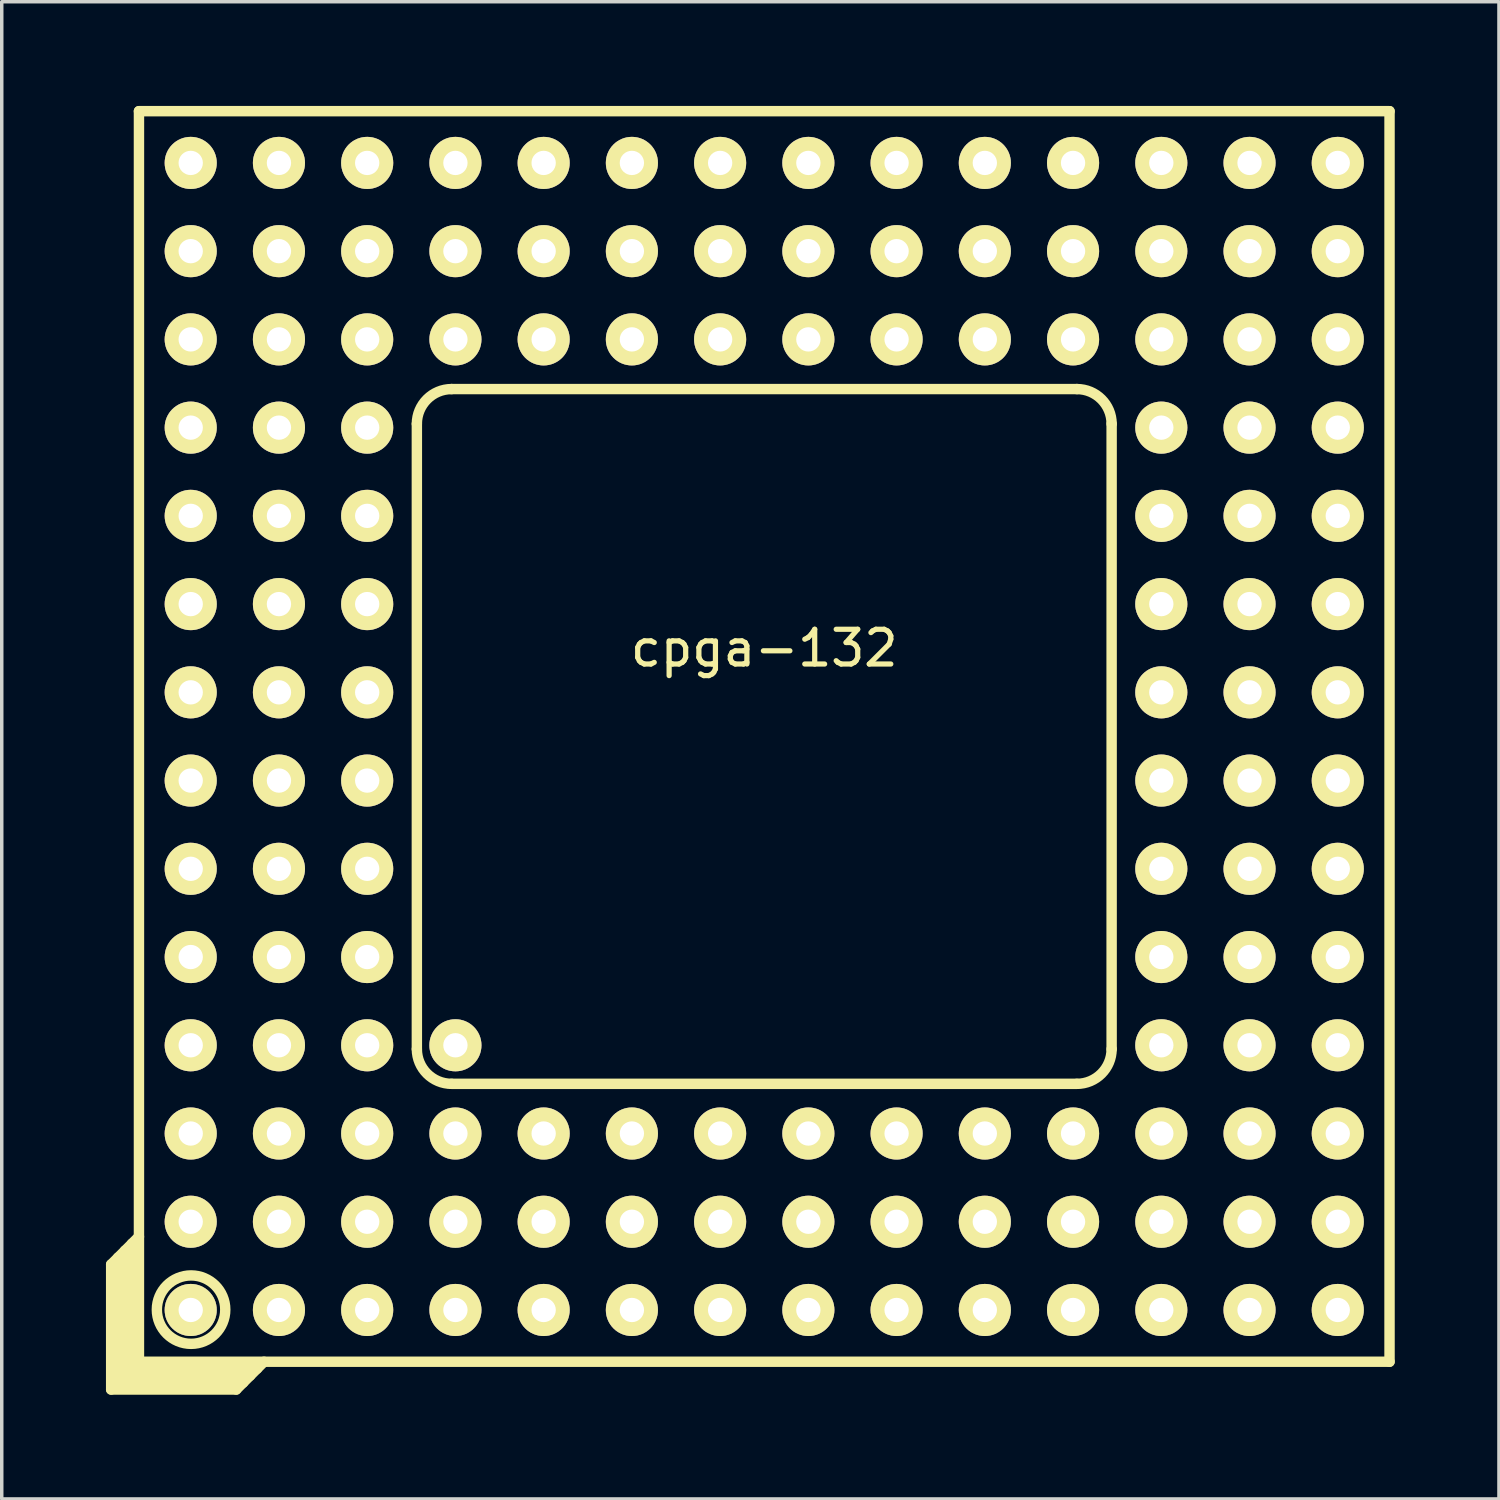
<source format=kicad_pcb>
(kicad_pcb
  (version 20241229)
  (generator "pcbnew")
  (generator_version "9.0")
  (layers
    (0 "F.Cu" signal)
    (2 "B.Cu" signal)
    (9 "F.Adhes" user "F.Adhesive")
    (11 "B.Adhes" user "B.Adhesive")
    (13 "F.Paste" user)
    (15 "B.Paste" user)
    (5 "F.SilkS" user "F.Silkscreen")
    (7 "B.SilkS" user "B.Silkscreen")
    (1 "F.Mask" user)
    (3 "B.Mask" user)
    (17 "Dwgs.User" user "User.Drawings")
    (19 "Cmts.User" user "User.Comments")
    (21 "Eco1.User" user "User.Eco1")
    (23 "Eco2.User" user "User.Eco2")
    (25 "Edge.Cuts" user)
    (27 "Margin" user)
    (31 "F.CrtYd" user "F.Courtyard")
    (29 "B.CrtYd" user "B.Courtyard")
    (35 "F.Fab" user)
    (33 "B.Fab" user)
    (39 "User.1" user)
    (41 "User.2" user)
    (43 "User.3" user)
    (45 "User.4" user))
  (footprint "cpga-132"
    (layer "F.Cu")
    (at 18.95 18.15)
    (property "Reference" "cpga-132" (at 0 -2.54 0) (layer "F.SilkS") (effects (font (size 1 1) (thickness 0.15))))
    (attr through_hole)
    (fp_line (start -18.8 15.2) (end -18 14.4) (stroke (width 0.3) (type solid)) (layer "F.SilkS"))
    (fp_line (start -18.8 18.8) (end -18.8 15.2) (stroke (width 0.3) (type solid)) (layer "F.SilkS"))
    (fp_line (start -18.6 18.6) (end -18.6 15) (stroke (width 0.3) (type solid)) (layer "F.SilkS"))
    (fp_line (start -18.4 14.8) (end -18.4 18.4) (stroke (width 0.3) (type solid)) (layer "F.SilkS"))
    (fp_line (start -18.4 18.4) (end -14.8 18.4) (stroke (width 0.3) (type solid)) (layer "F.SilkS"))
    (fp_line (start -18.2 18.2) (end -18.2 14.6) (stroke (width 0.3) (type solid)) (layer "F.SilkS"))
    (fp_line (start -18.2 18.2) (end -14.6 18.2) (stroke (width 0.3) (type solid)) (layer "F.SilkS"))
    (fp_line (start -18 -18) (end 18 -18) (stroke (width 0.3) (type solid)) (layer "F.SilkS"))
    (fp_line (start -18 18) (end -18 -18) (stroke (width 0.3) (type solid)) (layer "F.SilkS"))
    (fp_line (start -15.2 18.8) (end -18.8 18.8) (stroke (width 0.3) (type solid)) (layer "F.SilkS"))
    (fp_line (start -15.2 18.8) (end -14.4 18) (stroke (width 0.3) (type solid)) (layer "F.SilkS"))
    (fp_line (start -15 18.6) (end -18.6 18.6) (stroke (width 0.3) (type solid)) (layer "F.SilkS"))
    (fp_line (start -10 -9) (end -10 9) (stroke (width 0.3) (type solid)) (layer "F.SilkS"))
    (fp_line (start -9 -10) (end 9 -10) (stroke (width 0.3) (type solid)) (layer "F.SilkS"))
    (fp_line (start -9 10) (end 9 10) (stroke (width 0.3) (type solid)) (layer "F.SilkS"))
    (fp_line (start 10 -9) (end 10 9) (stroke (width 0.3) (type solid)) (layer "F.SilkS"))
    (fp_line (start 18 -18) (end 18 18) (stroke (width 0.3) (type solid)) (layer "F.SilkS"))
    (fp_line (start 18 18) (end -18 18) (stroke (width 0.3) (type solid)) (layer "F.SilkS"))
    (fp_arc (start -10 -9) (mid -9.707107 -9.707107) (end -9 -10) (stroke (width 0.3) (type solid)) (layer "F.SilkS"))
    (fp_arc (start -9 10) (mid -9.707107 9.707107) (end -10 9) (stroke (width 0.3) (type solid)) (layer "F.SilkS"))
    (fp_arc (start 9 -10) (mid 9.707107 -9.707107) (end 10 -9) (stroke (width 0.3) (type solid)) (layer "F.SilkS"))
    (fp_arc (start 10 9) (mid 9.707107 9.707107) (end 9 10) (stroke (width 0.3) (type solid)) (layer "F.SilkS"))
    (fp_circle (center -16.5 16.5) (end -17.4 16.9) (stroke (width 0.3) (type solid)) (fill no) (layer "F.SilkS"))
    (pad "A1" thru_hole circle (at -16.51 16.51) (size 1.5 1.5) (drill 0.7) (layers "*.Cu" "*.Mask" "F.SilkS"))
    (pad "A2" thru_hole circle (at -13.97 16.51) (size 1.5 1.5) (drill 0.7) (layers "*.Cu" "*.Mask" "F.SilkS"))
    (pad "A3" thru_hole circle (at -11.43 16.51) (size 1.5 1.5) (drill 0.7) (layers "*.Cu" "*.Mask" "F.SilkS"))
    (pad "A4" thru_hole circle (at -8.89 16.51) (size 1.5 1.5) (drill 0.7) (layers "*.Cu" "*.Mask" "F.SilkS"))
    (pad "A5" thru_hole circle (at -6.35 16.51) (size 1.5 1.5) (drill 0.7) (layers "*.Cu" "*.Mask" "F.SilkS"))
    (pad "A6" thru_hole circle (at -3.81 16.51) (size 1.5 1.5) (drill 0.7) (layers "*.Cu" "*.Mask" "F.SilkS"))
    (pad "A7" thru_hole circle (at -1.27 16.51) (size 1.5 1.5) (drill 0.7) (layers "*.Cu" "*.Mask" "F.SilkS"))
    (pad "A8" thru_hole circle (at 1.27 16.51) (size 1.5 1.5) (drill 0.7) (layers "*.Cu" "*.Mask" "F.SilkS"))
    (pad "A9" thru_hole circle (at 3.81 16.51) (size 1.5 1.5) (drill 0.7) (layers "*.Cu" "*.Mask" "F.SilkS"))
    (pad "A10" thru_hole circle (at 6.35 16.51) (size 1.5 1.5) (drill 0.7) (layers "*.Cu" "*.Mask" "F.SilkS"))
    (pad "A11" thru_hole circle (at 8.89 16.51) (size 1.5 1.5) (drill 0.7) (layers "*.Cu" "*.Mask" "F.SilkS"))
    (pad "A12" thru_hole circle (at 11.43 16.51) (size 1.5 1.5) (drill 0.7) (layers "*.Cu" "*.Mask" "F.SilkS"))
    (pad "A13" thru_hole circle (at 13.97 16.51) (size 1.5 1.5) (drill 0.7) (layers "*.Cu" "*.Mask" "F.SilkS"))
    (pad "A14" thru_hole circle (at 16.51 16.51) (size 1.5 1.5) (drill 0.7) (layers "*.Cu" "*.Mask" "F.SilkS"))
    (pad "B1" thru_hole circle (at -16.51 13.97) (size 1.5 1.5) (drill 0.7) (layers "*.Cu" "*.Mask" "F.SilkS"))
    (pad "B2" thru_hole circle (at -13.97 13.97) (size 1.5 1.5) (drill 0.7) (layers "*.Cu" "*.Mask" "F.SilkS"))
    (pad "B3" thru_hole circle (at -11.43 13.97) (size 1.5 1.5) (drill 0.7) (layers "*.Cu" "*.Mask" "F.SilkS"))
    (pad "B4" thru_hole circle (at -8.89 13.97) (size 1.5 1.5) (drill 0.7) (layers "*.Cu" "*.Mask" "F.SilkS"))
    (pad "B5" thru_hole circle (at -6.35 13.97) (size 1.5 1.5) (drill 0.7) (layers "*.Cu" "*.Mask" "F.SilkS"))
    (pad "B6" thru_hole circle (at -3.81 13.97) (size 1.5 1.5) (drill 0.7) (layers "*.Cu" "*.Mask" "F.SilkS"))
    (pad "B7" thru_hole circle (at -1.27 13.97) (size 1.5 1.5) (drill 0.7) (layers "*.Cu" "*.Mask" "F.SilkS"))
    (pad "B8" thru_hole circle (at 1.27 13.97) (size 1.5 1.5) (drill 0.7) (layers "*.Cu" "*.Mask" "F.SilkS"))
    (pad "B9" thru_hole circle (at 3.81 13.97) (size 1.5 1.5) (drill 0.7) (layers "*.Cu" "*.Mask" "F.SilkS"))
    (pad "B10" thru_hole circle (at 6.35 13.97) (size 1.5 1.5) (drill 0.7) (layers "*.Cu" "*.Mask" "F.SilkS"))
    (pad "B11" thru_hole circle (at 8.89 13.97) (size 1.5 1.5) (drill 0.7) (layers "*.Cu" "*.Mask" "F.SilkS"))
    (pad "B12" thru_hole circle (at 11.43 13.97) (size 1.5 1.5) (drill 0.7) (layers "*.Cu" "*.Mask" "F.SilkS"))
    (pad "B13" thru_hole circle (at 13.97 13.97) (size 1.5 1.5) (drill 0.7) (layers "*.Cu" "*.Mask" "F.SilkS"))
    (pad "B14" thru_hole circle (at 16.51 13.97) (size 1.5 1.5) (drill 0.7) (layers "*.Cu" "*.Mask" "F.SilkS"))
    (pad "C1" thru_hole circle (at -16.51 11.43) (size 1.5 1.5) (drill 0.7) (layers "*.Cu" "*.Mask" "F.SilkS"))
    (pad "C2" thru_hole circle (at -13.97 11.43) (size 1.5 1.5) (drill 0.7) (layers "*.Cu" "*.Mask" "F.SilkS"))
    (pad "C3" thru_hole circle (at -11.43 11.43) (size 1.5 1.5) (drill 0.7) (layers "*.Cu" "*.Mask" "F.SilkS"))
    (pad "C4" thru_hole circle (at -8.89 11.43) (size 1.5 1.5) (drill 0.7) (layers "*.Cu" "*.Mask" "F.SilkS"))
    (pad "C5" thru_hole circle (at -6.35 11.43) (size 1.5 1.5) (drill 0.7) (layers "*.Cu" "*.Mask" "F.SilkS"))
    (pad "C6" thru_hole circle (at -3.81 11.43) (size 1.5 1.5) (drill 0.7) (layers "*.Cu" "*.Mask" "F.SilkS"))
    (pad "C7" thru_hole circle (at -1.27 11.43) (size 1.5 1.5) (drill 0.7) (layers "*.Cu" "*.Mask" "F.SilkS"))
    (pad "C8" thru_hole circle (at 1.27 11.43) (size 1.5 1.5) (drill 0.7) (layers "*.Cu" "*.Mask" "F.SilkS"))
    (pad "C9" thru_hole circle (at 3.81 11.43) (size 1.5 1.5) (drill 0.7) (layers "*.Cu" "*.Mask" "F.SilkS"))
    (pad "C10" thru_hole circle (at 6.35 11.43) (size 1.5 1.5) (drill 0.7) (layers "*.Cu" "*.Mask" "F.SilkS"))
    (pad "C11" thru_hole circle (at 8.89 11.43) (size 1.5 1.5) (drill 0.7) (layers "*.Cu" "*.Mask" "F.SilkS"))
    (pad "C12" thru_hole circle (at 11.43 11.43) (size 1.5 1.5) (drill 0.7) (layers "*.Cu" "*.Mask" "F.SilkS"))
    (pad "C13" thru_hole circle (at 13.97 11.43) (size 1.5 1.5) (drill 0.7) (layers "*.Cu" "*.Mask" "F.SilkS"))
    (pad "C14" thru_hole circle (at 16.51 11.43) (size 1.5 1.5) (drill 0.7) (layers "*.Cu" "*.Mask" "F.SilkS"))
    (pad "D1" thru_hole circle (at -16.51 8.89) (size 1.5 1.5) (drill 0.7) (layers "*.Cu" "*.Mask" "F.SilkS"))
    (pad "D2" thru_hole circle (at -13.97 8.89) (size 1.5 1.5) (drill 0.7) (layers "*.Cu" "*.Mask" "F.SilkS"))
    (pad "D3" thru_hole circle (at -11.43 8.89) (size 1.5 1.5) (drill 0.7) (layers "*.Cu" "*.Mask" "F.SilkS"))
    (pad "D4" thru_hole circle (at -8.89 8.89) (size 1.5 1.5) (drill 0.7) (layers "*.Cu" "*.Mask" "F.SilkS"))
    (pad "D12" thru_hole circle (at 11.43 8.89) (size 1.5 1.5) (drill 0.7) (layers "*.Cu" "*.Mask" "F.SilkS"))
    (pad "D13" thru_hole circle (at 13.97 8.89) (size 1.5 1.5) (drill 0.7) (layers "*.Cu" "*.Mask" "F.SilkS"))
    (pad "D14" thru_hole circle (at 16.51 8.89) (size 1.5 1.5) (drill 0.7) (layers "*.Cu" "*.Mask" "F.SilkS"))
    (pad "E1" thru_hole circle (at -16.51 6.35) (size 1.5 1.5) (drill 0.7) (layers "*.Cu" "*.Mask" "F.SilkS"))
    (pad "E2" thru_hole circle (at -13.97 6.35) (size 1.5 1.5) (drill 0.7) (layers "*.Cu" "*.Mask" "F.SilkS"))
    (pad "E3" thru_hole circle (at -11.43 6.35) (size 1.5 1.5) (drill 0.7) (layers "*.Cu" "*.Mask" "F.SilkS"))
    (pad "E12" thru_hole circle (at 11.43 6.35) (size 1.5 1.5) (drill 0.7) (layers "*.Cu" "*.Mask" "F.SilkS"))
    (pad "E13" thru_hole circle (at 13.97 6.35) (size 1.5 1.5) (drill 0.7) (layers "*.Cu" "*.Mask" "F.SilkS"))
    (pad "E14" thru_hole circle (at 16.51 6.35) (size 1.5 1.5) (drill 0.7) (layers "*.Cu" "*.Mask" "F.SilkS"))
    (pad "F1" thru_hole circle (at -16.51 3.81) (size 1.5 1.5) (drill 0.7) (layers "*.Cu" "*.Mask" "F.SilkS"))
    (pad "F2" thru_hole circle (at -13.97 3.81) (size 1.5 1.5) (drill 0.7) (layers "*.Cu" "*.Mask" "F.SilkS"))
    (pad "F3" thru_hole circle (at -11.43 3.81) (size 1.5 1.5) (drill 0.7) (layers "*.Cu" "*.Mask" "F.SilkS"))
    (pad "F12" thru_hole circle (at 11.43 3.81) (size 1.5 1.5) (drill 0.7) (layers "*.Cu" "*.Mask" "F.SilkS"))
    (pad "F13" thru_hole circle (at 13.97 3.81) (size 1.5 1.5) (drill 0.7) (layers "*.Cu" "*.Mask" "F.SilkS"))
    (pad "F14" thru_hole circle (at 16.51 3.81) (size 1.5 1.5) (drill 0.7) (layers "*.Cu" "*.Mask" "F.SilkS"))
    (pad "G1" thru_hole circle (at -16.51 1.27) (size 1.5 1.5) (drill 0.7) (layers "*.Cu" "*.Mask" "F.SilkS"))
    (pad "G2" thru_hole circle (at -13.97 1.27) (size 1.5 1.5) (drill 0.7) (layers "*.Cu" "*.Mask" "F.SilkS"))
    (pad "G3" thru_hole circle (at -11.43 1.27) (size 1.5 1.5) (drill 0.7) (layers "*.Cu" "*.Mask" "F.SilkS"))
    (pad "G12" thru_hole circle (at 11.43 1.27) (size 1.5 1.5) (drill 0.7) (layers "*.Cu" "*.Mask" "F.SilkS"))
    (pad "G13" thru_hole circle (at 13.97 1.27) (size 1.5 1.5) (drill 0.7) (layers "*.Cu" "*.Mask" "F.SilkS"))
    (pad "G14" thru_hole circle (at 16.51 1.27) (size 1.5 1.5) (drill 0.7) (layers "*.Cu" "*.Mask" "F.SilkS"))
    (pad "H1" thru_hole circle (at -16.51 -1.27) (size 1.5 1.5) (drill 0.7) (layers "*.Cu" "*.Mask" "F.SilkS"))
    (pad "H2" thru_hole circle (at -13.97 -1.27) (size 1.5 1.5) (drill 0.7) (layers "*.Cu" "*.Mask" "F.SilkS"))
    (pad "H3" thru_hole circle (at -11.43 -1.27) (size 1.5 1.5) (drill 0.7) (layers "*.Cu" "*.Mask" "F.SilkS"))
    (pad "H12" thru_hole circle (at 11.43 -1.27) (size 1.5 1.5) (drill 0.7) (layers "*.Cu" "*.Mask" "F.SilkS"))
    (pad "H13" thru_hole circle (at 13.97 -1.27) (size 1.5 1.5) (drill 0.7) (layers "*.Cu" "*.Mask" "F.SilkS"))
    (pad "H14" thru_hole circle (at 16.51 -1.27) (size 1.5 1.5) (drill 0.7) (layers "*.Cu" "*.Mask" "F.SilkS"))
    (pad "J1" thru_hole circle (at -16.51 -3.81) (size 1.5 1.5) (drill 0.7) (layers "*.Cu" "*.Mask" "F.SilkS"))
    (pad "J2" thru_hole circle (at -13.97 -3.81) (size 1.5 1.5) (drill 0.7) (layers "*.Cu" "*.Mask" "F.SilkS"))
    (pad "J3" thru_hole circle (at -11.43 -3.81) (size 1.5 1.5) (drill 0.7) (layers "*.Cu" "*.Mask" "F.SilkS"))
    (pad "J12" thru_hole circle (at 11.43 -3.81) (size 1.5 1.5) (drill 0.7) (layers "*.Cu" "*.Mask" "F.SilkS"))
    (pad "J13" thru_hole circle (at 13.97 -3.81) (size 1.5 1.5) (drill 0.7) (layers "*.Cu" "*.Mask" "F.SilkS"))
    (pad "J14" thru_hole circle (at 16.51 -3.81) (size 1.5 1.5) (drill 0.7) (layers "*.Cu" "*.Mask" "F.SilkS"))
    (pad "K1" thru_hole circle (at -16.51 -6.35) (size 1.5 1.5) (drill 0.7) (layers "*.Cu" "*.Mask" "F.SilkS"))
    (pad "K2" thru_hole circle (at -13.97 -6.35) (size 1.5 1.5) (drill 0.7) (layers "*.Cu" "*.Mask" "F.SilkS"))
    (pad "K3" thru_hole circle (at -11.43 -6.35) (size 1.5 1.5) (drill 0.7) (layers "*.Cu" "*.Mask" "F.SilkS"))
    (pad "K12" thru_hole circle (at 11.43 -6.35) (size 1.5 1.5) (drill 0.7) (layers "*.Cu" "*.Mask" "F.SilkS"))
    (pad "K13" thru_hole circle (at 13.97 -6.35) (size 1.5 1.5) (drill 0.7) (layers "*.Cu" "*.Mask" "F.SilkS"))
    (pad "K14" thru_hole circle (at 16.51 -6.35) (size 1.5 1.5) (drill 0.7) (layers "*.Cu" "*.Mask" "F.SilkS"))
    (pad "L1" thru_hole circle (at -16.51 -8.89) (size 1.5 1.5) (drill 0.7) (layers "*.Cu" "*.Mask" "F.SilkS"))
    (pad "L2" thru_hole circle (at -13.97 -8.89) (size 1.5 1.5) (drill 0.7) (layers "*.Cu" "*.Mask" "F.SilkS"))
    (pad "L3" thru_hole circle (at -11.43 -8.89) (size 1.5 1.5) (drill 0.7) (layers "*.Cu" "*.Mask" "F.SilkS"))
    (pad "L12" thru_hole circle (at 11.43 -8.89) (size 1.5 1.5) (drill 0.7) (layers "*.Cu" "*.Mask" "F.SilkS"))
    (pad "L13" thru_hole circle (at 13.97 -8.89) (size 1.5 1.5) (drill 0.7) (layers "*.Cu" "*.Mask" "F.SilkS"))
    (pad "L14" thru_hole circle (at 16.51 -8.89) (size 1.5 1.5) (drill 0.7) (layers "*.Cu" "*.Mask" "F.SilkS"))
    (pad "M1" thru_hole circle (at -16.51 -11.43) (size 1.5 1.5) (drill 0.7) (layers "*.Cu" "*.Mask" "F.SilkS"))
    (pad "M2" thru_hole circle (at -13.97 -11.43) (size 1.5 1.5) (drill 0.7) (layers "*.Cu" "*.Mask" "F.SilkS"))
    (pad "M3" thru_hole circle (at -11.43 -11.43) (size 1.5 1.5) (drill 0.7) (layers "*.Cu" "*.Mask" "F.SilkS"))
    (pad "M4" thru_hole circle (at -8.89 -11.43) (size 1.5 1.5) (drill 0.7) (layers "*.Cu" "*.Mask" "F.SilkS"))
    (pad "M5" thru_hole circle (at -6.35 -11.43) (size 1.5 1.5) (drill 0.7) (layers "*.Cu" "*.Mask" "F.SilkS"))
    (pad "M6" thru_hole circle (at -3.81 -11.43) (size 1.5 1.5) (drill 0.7) (layers "*.Cu" "*.Mask" "F.SilkS"))
    (pad "M7" thru_hole circle (at -1.27 -11.43) (size 1.5 1.5) (drill 0.7) (layers "*.Cu" "*.Mask" "F.SilkS"))
    (pad "M8" thru_hole circle (at 1.27 -11.43) (size 1.5 1.5) (drill 0.7) (layers "*.Cu" "*.Mask" "F.SilkS"))
    (pad "M9" thru_hole circle (at 3.81 -11.43) (size 1.5 1.5) (drill 0.7) (layers "*.Cu" "*.Mask" "F.SilkS"))
    (pad "M10" thru_hole circle (at 6.35 -11.43) (size 1.5 1.5) (drill 0.7) (layers "*.Cu" "*.Mask" "F.SilkS"))
    (pad "M11" thru_hole circle (at 8.89 -11.43) (size 1.5 1.5) (drill 0.7) (layers "*.Cu" "*.Mask" "F.SilkS"))
    (pad "M12" thru_hole circle (at 11.43 -11.43) (size 1.5 1.5) (drill 0.7) (layers "*.Cu" "*.Mask" "F.SilkS"))
    (pad "M13" thru_hole circle (at 13.97 -11.43) (size 1.5 1.5) (drill 0.7) (layers "*.Cu" "*.Mask" "F.SilkS"))
    (pad "M14" thru_hole circle (at 16.51 -11.43) (size 1.5 1.5) (drill 0.7) (layers "*.Cu" "*.Mask" "F.SilkS"))
    (pad "N1" thru_hole circle (at -16.51 -13.97) (size 1.5 1.5) (drill 0.7) (layers "*.Cu" "*.Mask" "F.SilkS"))
    (pad "N2" thru_hole circle (at -13.97 -13.97) (size 1.5 1.5) (drill 0.7) (layers "*.Cu" "*.Mask" "F.SilkS"))
    (pad "N3" thru_hole circle (at -11.43 -13.97) (size 1.5 1.5) (drill 0.7) (layers "*.Cu" "*.Mask" "F.SilkS"))
    (pad "N4" thru_hole circle (at -8.89 -13.97) (size 1.5 1.5) (drill 0.7) (layers "*.Cu" "*.Mask" "F.SilkS"))
    (pad "N5" thru_hole circle (at -6.35 -13.97) (size 1.5 1.5) (drill 0.7) (layers "*.Cu" "*.Mask" "F.SilkS"))
    (pad "N6" thru_hole circle (at -3.81 -13.97) (size 1.5 1.5) (drill 0.7) (layers "*.Cu" "*.Mask" "F.SilkS"))
    (pad "N7" thru_hole circle (at -1.27 -13.97) (size 1.5 1.5) (drill 0.7) (layers "*.Cu" "*.Mask" "F.SilkS"))
    (pad "N8" thru_hole circle (at 1.27 -13.97) (size 1.5 1.5) (drill 0.7) (layers "*.Cu" "*.Mask" "F.SilkS"))
    (pad "N9" thru_hole circle (at 3.81 -13.97) (size 1.5 1.5) (drill 0.7) (layers "*.Cu" "*.Mask" "F.SilkS"))
    (pad "N10" thru_hole circle (at 6.35 -13.97) (size 1.5 1.5) (drill 0.7) (layers "*.Cu" "*.Mask" "F.SilkS"))
    (pad "N11" thru_hole circle (at 8.89 -13.97) (size 1.5 1.5) (drill 0.7) (layers "*.Cu" "*.Mask" "F.SilkS"))
    (pad "N12" thru_hole circle (at 11.43 -13.97) (size 1.5 1.5) (drill 0.7) (layers "*.Cu" "*.Mask" "F.SilkS"))
    (pad "N13" thru_hole circle (at 13.97 -13.97) (size 1.5 1.5) (drill 0.7) (layers "*.Cu" "*.Mask" "F.SilkS"))
    (pad "N14" thru_hole circle (at 16.51 -13.97) (size 1.5 1.5) (drill 0.7) (layers "*.Cu" "*.Mask" "F.SilkS"))
    (pad "P1" thru_hole circle (at -16.51 -16.51) (size 1.5 1.5) (drill 0.7) (layers "*.Cu" "*.Mask" "F.SilkS"))
    (pad "P2" thru_hole circle (at -13.97 -16.51) (size 1.5 1.5) (drill 0.7) (layers "*.Cu" "*.Mask" "F.SilkS"))
    (pad "P3" thru_hole circle (at -11.43 -16.51) (size 1.5 1.5) (drill 0.7) (layers "*.Cu" "*.Mask" "F.SilkS"))
    (pad "P4" thru_hole circle (at -8.89 -16.51) (size 1.5 1.5) (drill 0.7) (layers "*.Cu" "*.Mask" "F.SilkS"))
    (pad "P5" thru_hole circle (at -6.35 -16.51) (size 1.5 1.5) (drill 0.7) (layers "*.Cu" "*.Mask" "F.SilkS"))
    (pad "P6" thru_hole circle (at -3.81 -16.51) (size 1.5 1.5) (drill 0.7) (layers "*.Cu" "*.Mask" "F.SilkS"))
    (pad "P7" thru_hole circle (at -1.27 -16.51) (size 1.5 1.5) (drill 0.7) (layers "*.Cu" "*.Mask" "F.SilkS"))
    (pad "P8" thru_hole circle (at 1.27 -16.51) (size 1.5 1.5) (drill 0.7) (layers "*.Cu" "*.Mask" "F.SilkS"))
    (pad "P9" thru_hole circle (at 3.81 -16.51) (size 1.5 1.5) (drill 0.7) (layers "*.Cu" "*.Mask" "F.SilkS"))
    (pad "P10" thru_hole circle (at 6.35 -16.51) (size 1.5 1.5) (drill 0.7) (layers "*.Cu" "*.Mask" "F.SilkS"))
    (pad "P11" thru_hole circle (at 8.89 -16.51) (size 1.5 1.5) (drill 0.7) (layers "*.Cu" "*.Mask" "F.SilkS"))
    (pad "P12" thru_hole circle (at 11.43 -16.51) (size 1.5 1.5) (drill 0.7) (layers "*.Cu" "*.Mask" "F.SilkS"))
    (pad "P13" thru_hole circle (at 13.97 -16.51) (size 1.5 1.5) (drill 0.7) (layers "*.Cu" "*.Mask" "F.SilkS"))
    (pad "P14" thru_hole circle (at 16.51 -16.51) (size 1.5 1.5) (drill 0.7) (layers "*.Cu" "*.Mask" "F.SilkS")))
  (gr_rect
    (start -3 -3)
    (end 40.1 40.1)
    (stroke (width 0.1) (type default))
    (fill no)
    (layer "Edge.Cuts")))
</source>
